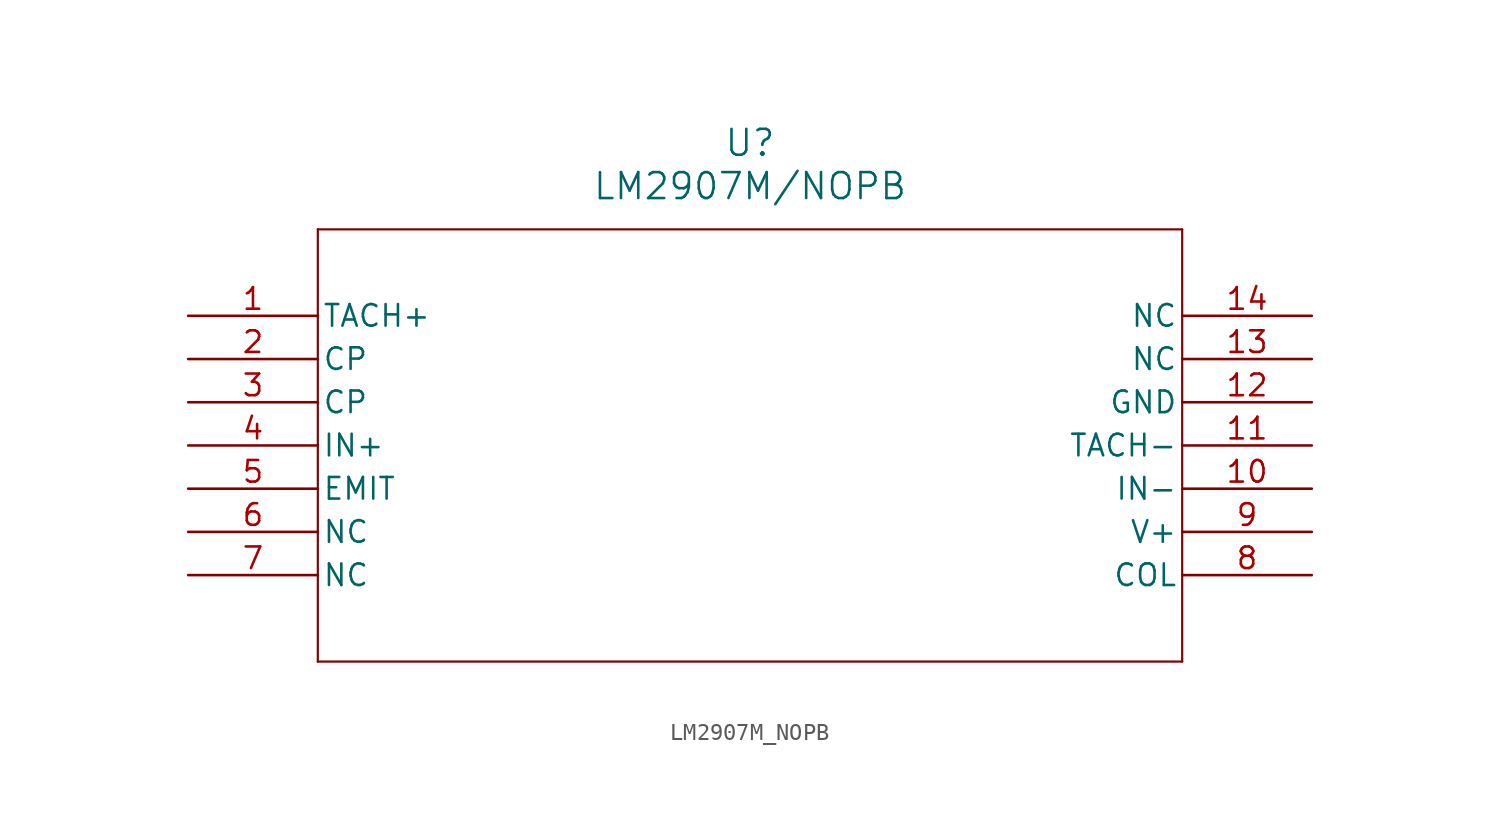
<source format=kicad_sym>
(kicad_symbol_lib
  (version 20211014)
  (generator kicad_symbol_editor)
  (symbol "LM2907M_NOPB"
    (pin_names
      (offset 0.254))
    (property "Reference" "U"
      (at 33.02 10.16 0)
      (effects (font (size 1.524 1.524))))
    (property "Value" "LM2907M/NOPB"
      (at 33.02 7.62 0)
      (effects (font (size 1.524 1.524))))
    (symbol "LM2907M_NOPB_0_1"
      (polyline (pts (xy 7.62 5.08) (xy 7.62 -20.32)) (stroke (width 0.127) (type default) (color 0 0 0 0)) (fill (type none)))
      (polyline (pts (xy 7.62 -20.32) (xy 58.42 -20.32)) (stroke (width 0.127) (type default) (color 0 0 0 0)) (fill (type none)))
      (polyline (pts (xy 58.42 -20.32) (xy 58.42 5.08)) (stroke (width 0.127) (type default) (color 0 0 0 0)) (fill (type none)))
      (polyline (pts (xy 58.42 5.08) (xy 7.62 5.08)) (stroke (width 0.127) (type default) (color 0 0 0 0)) (fill (type none)))
      (pin input line (at 0 0 0) (length 7.62) (name "TACH+" (effects (font (size 1.27 1.27)))) (number "1" (effects (font (size 1.27 1.27)))))
      (pin passive line (at 0 -2.54 0) (length 7.62) (name "CP" (effects (font (size 1.27 1.27)))) (number "2" (effects (font (size 1.27 1.27)))))
      (pin passive line (at 0 -5.08 0) (length 7.62) (name "CP" (effects (font (size 1.27 1.27)))) (number "3" (effects (font (size 1.27 1.27)))))
      (pin passive line (at 0 -7.62 0) (length 7.62) (name "IN+" (effects (font (size 1.27 1.27)))) (number "4" (effects (font (size 1.27 1.27)))))
      (pin passive line (at 0 -10.16 0) (length 7.62) (name "EMIT" (effects (font (size 1.27 1.27)))) (number "5" (effects (font (size 1.27 1.27)))))
      (pin passive line (at 0 -12.7 0) (length 7.62) (name "NC" (effects (font (size 1.27 1.27)))) (number "6" (effects (font (size 1.27 1.27)))))
      (pin passive line (at 0 -15.24 0) (length 7.62) (name "NC" (effects (font (size 1.27 1.27)))) (number "7" (effects (font (size 1.27 1.27)))))
      (pin passive line (at 66.04 -15.24 180) (length 7.62) (name "COL" (effects (font (size 1.27 1.27)))) (number "8" (effects (font (size 1.27 1.27)))))
      (pin power_in line (at 66.04 -12.7 180) (length 7.62) (name "V+" (effects (font (size 1.27 1.27)))) (number "9" (effects (font (size 1.27 1.27)))))
      (pin input line (at 66.04 -10.16 180) (length 7.62) (name "IN-" (effects (font (size 1.27 1.27)))) (number "10" (effects (font (size 1.27 1.27)))))
      (pin input line (at 66.04 -7.62 180) (length 7.62) (name "TACH-" (effects (font (size 1.27 1.27)))) (number "11" (effects (font (size 1.27 1.27)))))
      (pin power_in line (at 66.04 -5.08 180) (length 7.62) (name "GND" (effects (font (size 1.27 1.27)))) (number "12" (effects (font (size 1.27 1.27)))))
      (pin passive line (at 66.04 -2.54 180) (length 7.62) (name "NC" (effects (font (size 1.27 1.27)))) (number "13" (effects (font (size 1.27 1.27)))))
      (pin passive line (at 66.04 0 180) (length 7.62) (name "NC" (effects (font (size 1.27 1.27)))) (number "14" (effects (font (size 1.27 1.27))))))))
</source>
